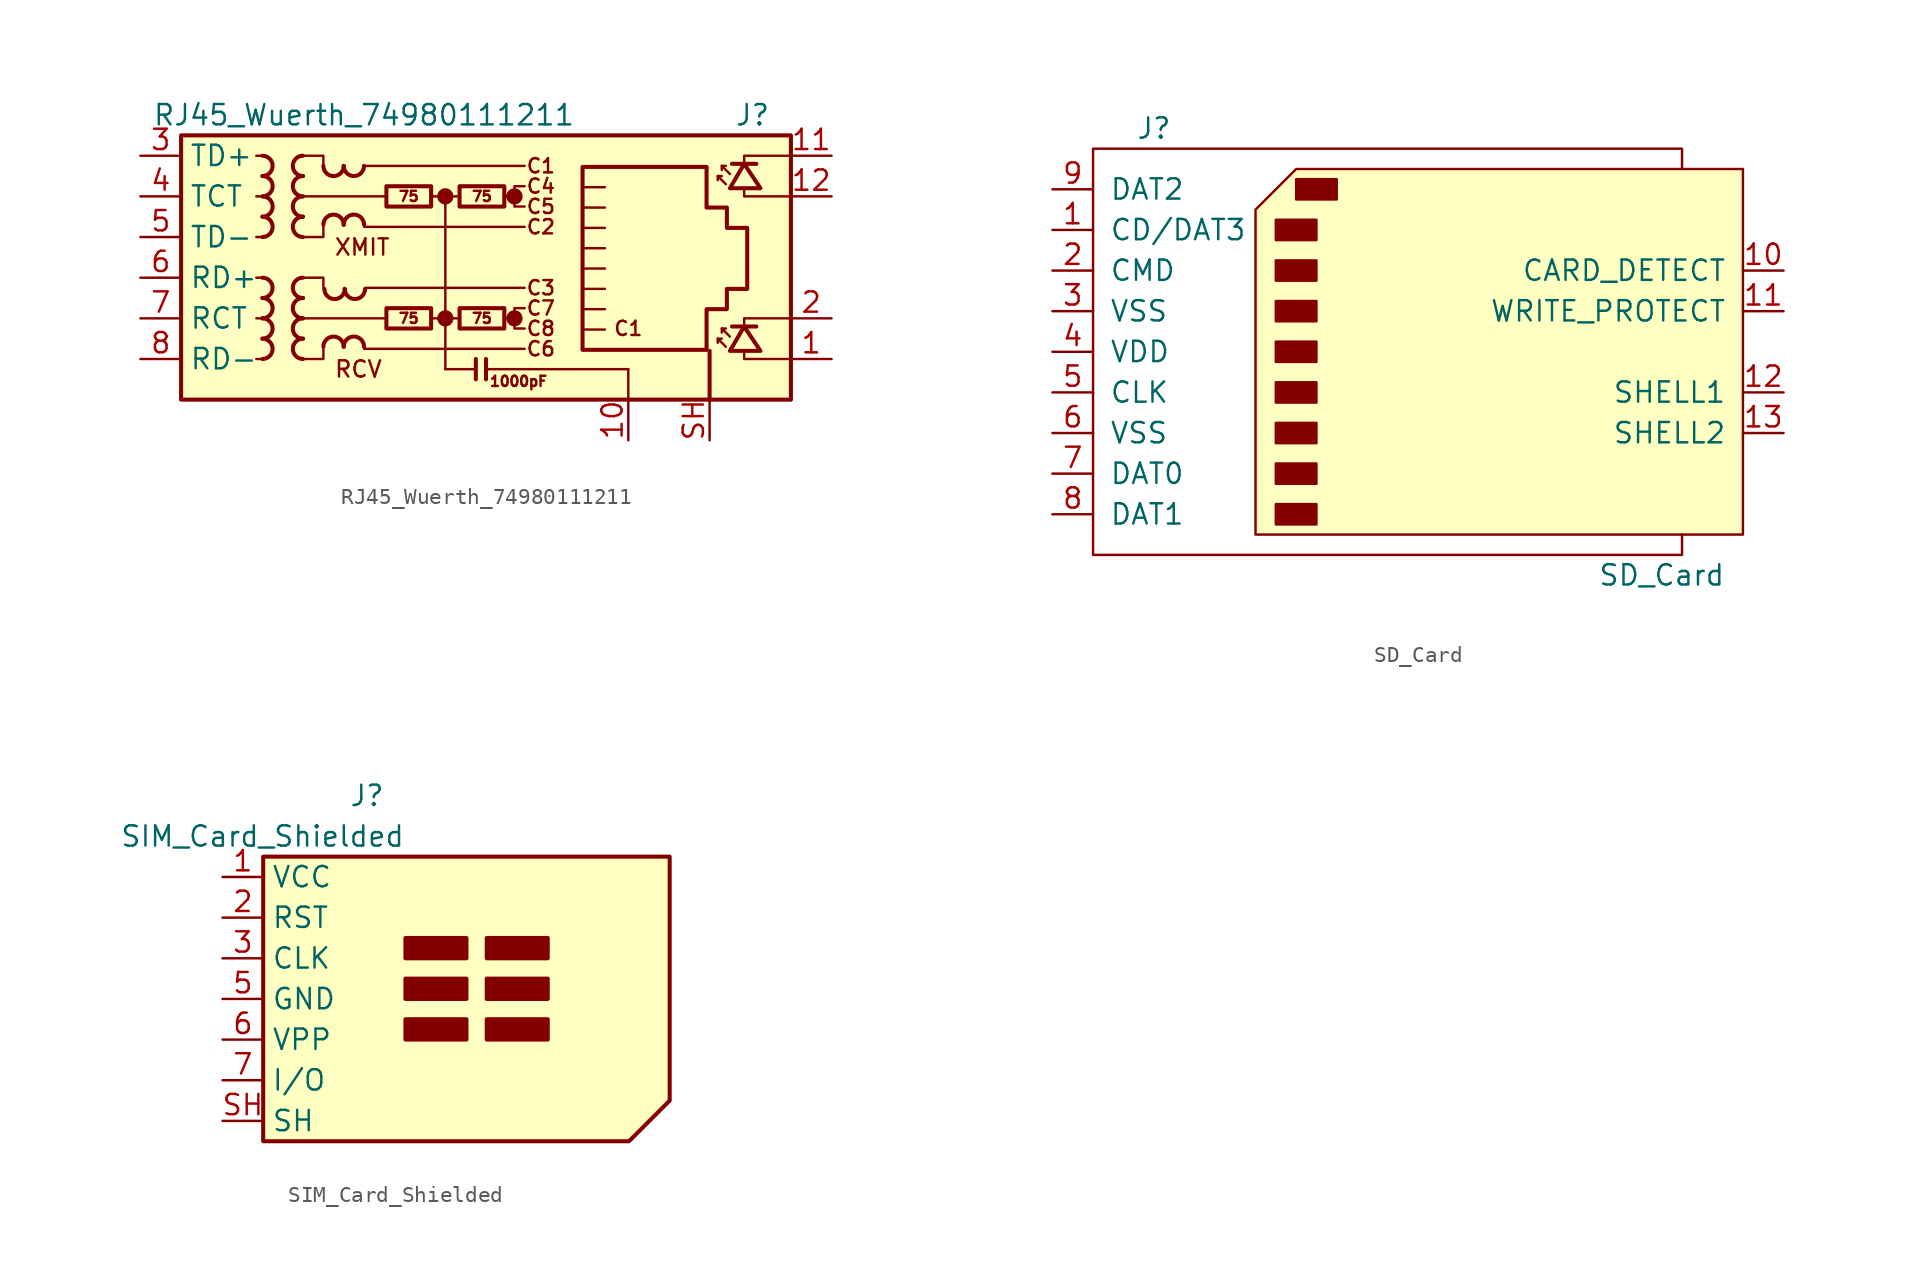
<source format=kicad_sym>
(kicad_symbol_lib
  (version 20220914)
  (generator kicad_symbol_editor)
  (symbol "RJ45_Wuerth_74980111211"
    (property "Reference" "J"
      (at 19.05 10.16 0)
      (effects (font (size 1.27 1.27)) (justify right)))
    (property "Value" "RJ45_Wuerth_74980111211"
      (at -6.35 10.16 0)
      (effects (font (size 1.27 1.27))))
    (symbol "RJ45_Wuerth_74980111211_0_0"
      (circle (center -1.27 -2.54) (radius 0.0001) (stroke (width 0.508) (type default)) (fill (type none)))
      (circle (center -1.27 5.08) (radius 0.0001) (stroke (width 0.508) (type default)) (fill (type none)))
      (polyline (pts (xy -1.27 5.08) (xy -1.27 -5.715)) (stroke (width 0) (type default)) (fill (type none)))
      (polyline (pts (xy 0.635 -5.08) (xy 0.635 -6.35)) (stroke (width 0.254) (type default)) (fill (type none)))
      (polyline (pts (xy 1.27 -5.08) (xy 1.27 -6.35)) (stroke (width 0.254) (type default)) (fill (type none)))
      (polyline (pts (xy 3.048 -2.54) (xy 2.54 -2.54)) (stroke (width 0) (type default)) (fill (type none)))
      (polyline (pts (xy 3.048 5.08) (xy 2.54 5.08)) (stroke (width 0) (type default)) (fill (type none)))
      (polyline (pts (xy 17.399 -3.175) (xy 17.399 -2.54) (xy 20.32 -2.54)) (stroke (width 0) (type default)) (fill (type none)))
      (polyline (pts (xy 17.399 6.985) (xy 17.399 7.62) (xy 20.32 7.62)) (stroke (width 0) (type default)) (fill (type none)))
      (polyline (pts (xy 20.32 -5.08) (xy 17.399 -5.08) (xy 17.399 -4.572)) (stroke (width 0) (type default)) (fill (type none)))
      (polyline (pts (xy 20.32 5.08) (xy 17.399 5.08) (xy 17.399 5.588)) (stroke (width 0) (type default)) (fill (type none)))
      (polyline (pts (xy 3.683 -1.905) (xy 3.048 -1.905) (xy 3.048 -3.175) (xy 3.683 -3.175)) (stroke (width 0) (type default)) (fill (type none)))
      (polyline (pts (xy 3.683 5.715) (xy 3.048 5.715) (xy 3.048 4.445) (xy 3.683 4.445)) (stroke (width 0) (type default)) (fill (type none)))
      (circle (center 3.048 -2.54) (radius 0.0001) (stroke (width 0.508) (type default)) (fill (type none)))
      (circle (center 3.048 5.08) (radius 0.0001) (stroke (width 0.508) (type default)) (fill (type none)))
      (text "C1" (at 4.699 6.985 0) (effects (font (size 0.889 0.889))))
      (text "C1" (at 10.16 -3.175 0) (effects (font (size 0.889 0.889))))
      (text "C2" (at 4.699 3.175 0) (effects (font (size 0.889 0.889))))
      (text "C3" (at 4.699 -0.635 0) (effects (font (size 0.889 0.889))))
      (text "C4" (at 4.699 5.715 0) (effects (font (size 0.889 0.889))))
      (text "C5" (at 4.699 4.445 0) (effects (font (size 0.889 0.889))))
      (text "C6" (at 4.699 -4.445 0) (effects (font (size 0.889 0.889))))
      (text "C7" (at 4.699 -1.905 0) (effects (font (size 0.889 0.889))))
      (text "C8" (at 4.699 -3.175 0) (effects (font (size 0.889 0.889))))
      (text "RCV" (at -8.255 -5.715 0) (effects (font (size 1.016 1.016)) (justify left)))
      (text "XMIT" (at -8.255 1.905 0) (effects (font (size 1.016 1.016)) (justify left))))
    (symbol "RJ45_Wuerth_74980111211_0_1"
      (rectangle (start -17.78 8.89) (end 20.32 -7.62) (stroke (width 0.254) (type default)) (fill (type background)))
      (polyline (pts (xy -12.7 -5.08) (xy -13.081 -5.08)) (stroke (width 0) (type default)) (fill (type none)))
      (polyline (pts (xy -12.7 -2.54) (xy -13.081 -2.54)) (stroke (width 0) (type default)) (fill (type none)))
      (polyline (pts (xy -12.7 0) (xy -13.081 0)) (stroke (width 0) (type default)) (fill (type none)))
      (polyline (pts (xy -12.7 2.54) (xy -13.081 2.54)) (stroke (width 0) (type default)) (fill (type none)))
      (polyline (pts (xy -12.7 5.08) (xy -13.081 5.08)) (stroke (width 0) (type default)) (fill (type none)))
      (polyline (pts (xy -12.7 7.62) (xy -13.081 7.62)) (stroke (width 0) (type default)) (fill (type none)))
      (polyline (pts (xy -6.35 -4.445) (xy 3.683 -4.445)) (stroke (width 0) (type default)) (fill (type none)))
      (polyline (pts (xy -6.35 3.175) (xy 3.683 3.175)) (stroke (width 0) (type default)) (fill (type none)))
      (polyline (pts (xy -6.35 6.985) (xy 3.683 6.985)) (stroke (width 0) (type default)) (fill (type none)))
      (polyline (pts (xy -6.223 -0.635) (xy 3.683 -0.635)) (stroke (width 0) (type default)) (fill (type none)))
      (polyline (pts (xy -5.08 -2.54) (xy -10.16 -2.54)) (stroke (width 0) (type default)) (fill (type none)))
      (polyline (pts (xy -4.953 5.08) (xy -10.16 5.08)) (stroke (width 0) (type default)) (fill (type none)))
      (polyline (pts (xy -2.159 -2.54) (xy -0.381 -2.54)) (stroke (width 0) (type default)) (fill (type none)))
      (polyline (pts (xy -2.159 5.08) (xy -0.381 5.08)) (stroke (width 0) (type default)) (fill (type none)))
      (polyline (pts (xy 0.635 -5.715) (xy -1.27 -5.715)) (stroke (width 0) (type default)) (fill (type none)))
      (polyline (pts (xy 7.429 -1.968) (xy 8.7 -1.968)) (stroke (width 0) (type default)) (fill (type none)))
      (polyline (pts (xy 7.429 -0.699) (xy 8.7 -0.699)) (stroke (width 0) (type default)) (fill (type none)))
      (polyline (pts (xy 7.429 0.572) (xy 8.7 0.572)) (stroke (width 0) (type default)) (fill (type none)))
      (polyline (pts (xy 7.429 1.841) (xy 8.7 1.841)) (stroke (width 0) (type default)) (fill (type none)))
      (polyline (pts (xy 7.429 3.111) (xy 8.7 3.111)) (stroke (width 0) (type default)) (fill (type none)))
      (polyline (pts (xy 8.7 -3.239) (xy 7.429 -3.239)) (stroke (width 0) (type default)) (fill (type none)))
      (polyline (pts (xy 8.7 4.381) (xy 7.429 4.381)) (stroke (width 0) (type default)) (fill (type none)))
      (polyline (pts (xy 8.7 5.652) (xy 7.429 5.652)) (stroke (width 0) (type default)) (fill (type none)))
      (polyline (pts (xy 10.16 -5.715) (xy 1.27 -5.715)) (stroke (width 0) (type default)) (fill (type none)))
      (polyline (pts (xy 10.16 -5.715) (xy 10.16 -7.62)) (stroke (width 0) (type default)) (fill (type none)))
      (polyline (pts (xy -10.16 0) (xy -8.89 0) (xy -8.89 -0.635)) (stroke (width 0) (type default)) (fill (type none)))
      (polyline (pts (xy -10.16 7.62) (xy -8.89 7.62) (xy -8.89 6.985)) (stroke (width 0) (type default)) (fill (type none)))
      (polyline (pts (xy -8.89 -4.445) (xy -8.89 -5.08) (xy -10.16 -5.08)) (stroke (width 0) (type default)) (fill (type none)))
      (polyline (pts (xy -8.89 3.175) (xy -8.89 2.54) (xy -10.16 2.54)) (stroke (width 0) (type default)) (fill (type none))))
    (symbol "RJ45_Wuerth_74980111211_1_0"
      (text "1000pF" (at 3.302 -6.477 0) (effects (font (size 0.635 0.635)))))
    (symbol "RJ45_Wuerth_74980111211_1_1"
      (arc (start -12.7 -1.27) (mid -12.0677 -0.635) (end -12.7 0) (stroke (width 0.254) (type default)) (fill (type none)))
      (arc (start -12.6973 -5.08) (mid -12.065 -4.445) (end -12.6973 -3.81) (stroke (width 0.254) (type default)) (fill (type none)))
      (arc (start -12.6973 -3.81) (mid -12.065 -3.175) (end -12.6973 -2.54) (stroke (width 0.254) (type default)) (fill (type none)))
      (arc (start -12.6973 -2.54) (mid -12.065 -1.905) (end -12.6973 -1.27) (stroke (width 0.254) (type default)) (fill (type none)))
      (arc (start -12.6973 6.35) (mid -12.065 6.985) (end -12.6973 7.62) (stroke (width 0.254) (type default)) (fill (type none)))
      (arc (start -12.6946 2.54) (mid -12.0623 3.175) (end -12.6946 3.81) (stroke (width 0.254) (type default)) (fill (type none)))
      (arc (start -12.6946 3.81) (mid -12.0623 4.445) (end -12.6946 5.08) (stroke (width 0.254) (type default)) (fill (type none)))
      (arc (start -12.6946 5.08) (mid -12.0623 5.715) (end -12.6946 6.35) (stroke (width 0.254) (type default)) (fill (type none)))
      (arc (start -10.1654 -2.54) (mid -10.7977 -3.175) (end -10.1654 -3.81) (stroke (width 0.254) (type default)) (fill (type none)))
      (arc (start -10.1654 -1.27) (mid -10.7977 -1.905) (end -10.1654 -2.54) (stroke (width 0.254) (type default)) (fill (type none)))
      (arc (start -10.1654 0) (mid -10.7977 -0.635) (end -10.1654 -1.27) (stroke (width 0.254) (type default)) (fill (type none)))
      (arc (start -10.1654 5.08) (mid -10.7977 4.445) (end -10.1654 3.81) (stroke (width 0.254) (type default)) (fill (type none)))
      (arc (start -10.1654 6.35) (mid -10.7977 5.715) (end -10.1654 5.08) (stroke (width 0.254) (type default)) (fill (type none)))
      (arc (start -10.1654 7.62) (mid -10.7977 6.985) (end -10.1654 6.35) (stroke (width 0.254) (type default)) (fill (type none)))
      (arc (start -10.1627 -3.81) (mid -10.795 -4.445) (end -10.1627 -5.08) (stroke (width 0.254) (type default)) (fill (type none)))
      (arc (start -10.1627 3.81) (mid -10.795 3.175) (end -10.1627 2.54) (stroke (width 0.254) (type default)) (fill (type none)))
      (arc (start -8.89 6.9823) (mid -8.255 6.35) (end -7.62 6.9823) (stroke (width 0.254) (type default)) (fill (type none)))
      (arc (start -8.8265 -0.7012) (mid -8.1915 -1.3335) (end -7.5565 -0.7012) (stroke (width 0.254) (type default)) (fill (type none)))
      (arc (start -7.62 -4.3153) (mid -8.255 -3.683) (end -8.89 -4.3153) (stroke (width 0.254) (type default)) (fill (type none)))
      (arc (start -7.62 3.3047) (mid -8.255 3.937) (end -8.89 3.3047) (stroke (width 0.254) (type default)) (fill (type none)))
      (arc (start -7.62 6.985) (mid -6.985 6.3527) (end -6.35 6.985) (stroke (width 0.254) (type default)) (fill (type none)))
      (arc (start -7.5565 -0.6985) (mid -6.9215 -1.3308) (end -6.2865 -0.6985) (stroke (width 0.254) (type default)) (fill (type none)))
      (arc (start -6.35 -4.3126) (mid -6.985 -3.6803) (end -7.62 -4.3126) (stroke (width 0.254) (type default)) (fill (type none)))
      (arc (start -6.35 3.3074) (mid -6.985 3.9397) (end -7.62 3.3074) (stroke (width 0.254) (type default)) (fill (type none)))
      (rectangle (start -4.953 -1.905) (end -2.159 -3.175) (stroke (width 0.254) (type default)) (fill (type none)))
      (rectangle (start -4.953 5.715) (end -2.159 4.445) (stroke (width 0.254) (type default)) (fill (type none)))
      (rectangle (start -0.381 -1.905) (end 2.413 -3.175) (stroke (width 0.254) (type default)) (fill (type none)))
      (rectangle (start -0.381 5.715) (end 2.413 4.445) (stroke (width 0.254) (type default)) (fill (type none)))
      (polyline (pts (xy 15.24 -7.62) (xy 15.24 -4.572)) (stroke (width 0.254) (type default)) (fill (type none)))
      (polyline (pts (xy 15.748 -3.81) (xy 15.748 -4.064)) (stroke (width 0) (type default)) (fill (type none)))
      (polyline (pts (xy 15.748 6.35) (xy 15.748 6.096)) (stroke (width 0) (type default)) (fill (type none)))
      (polyline (pts (xy 16.002 -3.175) (xy 16.002 -3.429)) (stroke (width 0) (type default)) (fill (type none)))
      (polyline (pts (xy 16.002 6.985) (xy 16.002 6.731)) (stroke (width 0) (type default)) (fill (type none)))
      (polyline (pts (xy 16.637 -3.048) (xy 18.161 -3.048)) (stroke (width 0.254) (type default)) (fill (type none)))
      (polyline (pts (xy 16.637 7.112) (xy 18.161 7.112)) (stroke (width 0.254) (type default)) (fill (type none)))
      (polyline (pts (xy 16.256 -4.318) (xy 15.748 -3.81) (xy 16.002 -3.81)) (stroke (width 0) (type default)) (fill (type none)))
      (polyline (pts (xy 16.256 5.842) (xy 15.748 6.35) (xy 16.002 6.35)) (stroke (width 0) (type default)) (fill (type none)))
      (polyline (pts (xy 16.51 -3.683) (xy 16.002 -3.175) (xy 16.256 -3.175)) (stroke (width 0) (type default)) (fill (type none)))
      (polyline (pts (xy 16.51 6.477) (xy 16.002 6.985) (xy 16.256 6.985)) (stroke (width 0) (type default)) (fill (type none)))
      (polyline (pts (xy 16.51 -4.572) (xy 18.415 -4.572) (xy 17.399 -3.048) (xy 16.51 -4.572)) (stroke (width 0.254) (type default)) (fill (type none)))
      (polyline (pts (xy 16.51 5.588) (xy 18.415 5.588) (xy 17.399 7.112) (xy 16.51 5.588)) (stroke (width 0.254) (type default)) (fill (type none)))
      (polyline (pts (xy 7.303 -4.508) (xy 7.303 6.921) (xy 15.05 6.921) (xy 15.05 4.381) (xy 16.32 4.381) (xy 16.32 3.111) (xy 17.59 3.111) (xy 17.59 -0.699) (xy 16.32 -0.699) (xy 16.32 -1.968) (xy 15.05 -1.968) (xy 15.05 -4.508) (xy 7.303 -4.508)) (stroke (width 0.254) (type default)) (fill (type none)))
      (text "75" (at -3.556 -2.54 0) (effects (font (size 0.635 0.635))))
      (text "75" (at -3.556 5.08 0) (effects (font (size 0.635 0.635))))
      (text "75" (at 1.016 -2.54 0) (effects (font (size 0.635 0.635))))
      (text "75" (at 1.016 5.08 0) (effects (font (size 0.635 0.635))))
      (pin passive line (at 22.86 -5.08 180) (length 2.54) (name "" (effects (font (size 1.27 1.27)))) (number "1" (effects (font (size 1.27 1.27)))))
      (pin power_in line (at 10.16 -10.16 90) (length 2.54) (name "" (effects (font (size 1.27 1.27)))) (number "10" (effects (font (size 1.27 1.27)))))
      (pin passive line (at 22.86 7.62 180) (length 2.54) (name "" (effects (font (size 1.27 1.27)))) (number "11" (effects (font (size 1.27 1.27)))))
      (pin passive line (at 22.86 5.08 180) (length 2.54) (name "" (effects (font (size 1.27 1.27)))) (number "12" (effects (font (size 1.27 1.27)))))
      (pin passive line (at 22.86 -2.54 180) (length 2.54) (name "" (effects (font (size 1.27 1.27)))) (number "2" (effects (font (size 1.27 1.27)))))
      (pin passive line (at -20.32 7.62 0) (length 2.54) (name "TD+" (effects (font (size 1.27 1.27)))) (number "3" (effects (font (size 1.27 1.27)))))
      (pin passive line (at -20.32 5.08 0) (length 2.54) (name "TCT" (effects (font (size 1.27 1.27)))) (number "4" (effects (font (size 1.27 1.27)))))
      (pin passive line (at -20.32 2.54 0) (length 2.54) (name "TD-" (effects (font (size 1.27 1.27)))) (number "5" (effects (font (size 1.27 1.27)))))
      (pin passive line (at -20.32 0 0) (length 2.54) (name "RD+" (effects (font (size 1.27 1.27)))) (number "6" (effects (font (size 1.27 1.27)))))
      (pin passive line (at -20.32 -2.54 0) (length 2.54) (name "RCT" (effects (font (size 1.27 1.27)))) (number "7" (effects (font (size 1.27 1.27)))))
      (pin passive line (at -20.32 -5.08 0) (length 2.54) (name "RD-" (effects (font (size 1.27 1.27)))) (number "8" (effects (font (size 1.27 1.27)))))
      (pin no_connect line (at 20.32 0 0) (length 0) hide (name "NC" (effects (font (size 1.27 1.27)))) (number "9" (effects (font (size 1.27 1.27)))))
      (pin passive line (at 15.24 -10.16 90) (length 2.54) (name "" (effects (font (size 1.27 1.27)))) (number "SH" (effects (font (size 1.27 1.27)))))))
  (symbol "SD_Card"
    (pin_names
      (offset 1.016))
    (property "Reference" "J"
      (at -16.51 13.97 0)
      (effects (font (size 1.27 1.27))))
    (property "Value" "SD_Card"
      (at 15.24 -13.97 0)
      (effects (font (size 1.27 1.27))))
    (symbol "SD_Card_0_1"
      (rectangle (start -8.89 -9.525) (end -6.35 -10.795) (stroke (width 0) (type default)) (fill (type outline)))
      (rectangle (start -8.89 -6.985) (end -6.35 -8.255) (stroke (width 0) (type default)) (fill (type outline)))
      (rectangle (start -8.89 -4.445) (end -6.35 -5.715) (stroke (width 0) (type default)) (fill (type outline)))
      (rectangle (start -8.89 -1.905) (end -6.35 -3.175) (stroke (width 0) (type default)) (fill (type outline)))
      (rectangle (start -8.89 0.635) (end -6.35 -0.635) (stroke (width 0) (type default)) (fill (type outline)))
      (rectangle (start -8.89 3.175) (end -6.35 1.905) (stroke (width 0) (type default)) (fill (type outline)))
      (rectangle (start -8.89 5.715) (end -6.35 4.445) (stroke (width 0) (type default)) (fill (type outline)))
      (rectangle (start -8.89 8.255) (end -6.35 6.985) (stroke (width 0) (type default)) (fill (type outline)))
      (rectangle (start -7.62 10.795) (end -5.08 9.525) (stroke (width 0) (type default)) (fill (type outline)))
      (polyline (pts (xy -10.16 8.89) (xy -7.62 11.43) (xy 20.32 11.43) (xy 20.32 -11.43) (xy -10.16 -11.43) (xy -10.16 8.89)) (stroke (width 0) (type default)) (fill (type background)))
      (polyline (pts (xy 16.51 11.43) (xy 16.51 12.7) (xy -20.32 12.7) (xy -20.32 -12.7) (xy 16.51 -12.7) (xy 16.51 -11.43)) (stroke (width 0) (type default)) (fill (type none))))
    (symbol "SD_Card_1_1"
      (pin input line (at -22.86 7.62 0) (length 2.54) (name "CD/DAT3" (effects (font (size 1.27 1.27)))) (number "1" (effects (font (size 1.27 1.27)))))
      (pin input line (at 22.86 5.08 180) (length 2.54) (name "CARD_DETECT" (effects (font (size 1.27 1.27)))) (number "10" (effects (font (size 1.27 1.27)))))
      (pin input line (at 22.86 2.54 180) (length 2.54) (name "WRITE_PROTECT" (effects (font (size 1.27 1.27)))) (number "11" (effects (font (size 1.27 1.27)))))
      (pin input line (at 22.86 -2.54 180) (length 2.54) (name "SHELL1" (effects (font (size 1.27 1.27)))) (number "12" (effects (font (size 1.27 1.27)))))
      (pin input line (at 22.86 -5.08 180) (length 2.54) (name "SHELL2" (effects (font (size 1.27 1.27)))) (number "13" (effects (font (size 1.27 1.27)))))
      (pin input line (at -22.86 5.08 0) (length 2.54) (name "CMD" (effects (font (size 1.27 1.27)))) (number "2" (effects (font (size 1.27 1.27)))))
      (pin power_in line (at -22.86 2.54 0) (length 2.54) (name "VSS" (effects (font (size 1.27 1.27)))) (number "3" (effects (font (size 1.27 1.27)))))
      (pin power_in line (at -22.86 0 0) (length 2.54) (name "VDD" (effects (font (size 1.27 1.27)))) (number "4" (effects (font (size 1.27 1.27)))))
      (pin input line (at -22.86 -2.54 0) (length 2.54) (name "CLK" (effects (font (size 1.27 1.27)))) (number "5" (effects (font (size 1.27 1.27)))))
      (pin power_in line (at -22.86 -5.08 0) (length 2.54) (name "VSS" (effects (font (size 1.27 1.27)))) (number "6" (effects (font (size 1.27 1.27)))))
      (pin input line (at -22.86 -7.62 0) (length 2.54) (name "DAT0" (effects (font (size 1.27 1.27)))) (number "7" (effects (font (size 1.27 1.27)))))
      (pin input line (at -22.86 -10.16 0) (length 2.54) (name "DAT1" (effects (font (size 1.27 1.27)))) (number "8" (effects (font (size 1.27 1.27)))))
      (pin input line (at -22.86 10.16 0) (length 2.54) (name "DAT2" (effects (font (size 1.27 1.27)))) (number "9" (effects (font (size 1.27 1.27)))))))
  (symbol "SIM_Card_Shielded"
    (property "Reference" "J"
      (at -2.54 12.7 0)
      (effects (font (size 1.27 1.27)) (justify right)))
    (property "Value" "SIM_Card_Shielded"
      (at -1.27 10.16 0)
      (effects (font (size 1.27 1.27)) (justify right)))
    (symbol "SIM_Card_Shielded_0_1"
      (rectangle (start -1.27 -2.54) (end 2.54 -1.27) (stroke (width 0.254) (type default)) (fill (type outline)))
      (rectangle (start -1.27 0) (end 2.54 1.27) (stroke (width 0.254) (type default)) (fill (type outline)))
      (rectangle (start -1.27 2.54) (end 2.54 3.81) (stroke (width 0.254) (type default)) (fill (type outline)))
      (polyline (pts (xy -10.16 8.89) (xy -10.16 -8.89) (xy 12.7 -8.89) (xy 15.24 -6.35) (xy 15.24 8.89) (xy -10.16 8.89)) (stroke (width 0.254) (type default)) (fill (type background)))
      (rectangle (start 3.81 -1.27) (end 7.62 -2.54) (stroke (width 0.254) (type default)) (fill (type outline)))
      (rectangle (start 3.81 0) (end 7.62 1.27) (stroke (width 0.254) (type default)) (fill (type outline)))
      (rectangle (start 3.81 2.54) (end 7.62 3.81) (stroke (width 0.254) (type default)) (fill (type outline))))
    (symbol "SIM_Card_Shielded_1_1"
      (pin power_in line (at -12.7 7.62 0) (length 2.54) (name "VCC" (effects (font (size 1.27 1.27)))) (number "1" (effects (font (size 1.27 1.27)))))
      (pin input line (at -12.7 5.08 0) (length 2.54) (name "RST" (effects (font (size 1.27 1.27)))) (number "2" (effects (font (size 1.27 1.27)))))
      (pin input line (at -12.7 2.54 0) (length 2.54) (name "CLK" (effects (font (size 1.27 1.27)))) (number "3" (effects (font (size 1.27 1.27)))))
      (pin power_in line (at -12.7 0 0) (length 2.54) (name "GND" (effects (font (size 1.27 1.27)))) (number "5" (effects (font (size 1.27 1.27)))))
      (pin input line (at -12.7 -2.54 0) (length 2.54) (name "VPP" (effects (font (size 1.27 1.27)))) (number "6" (effects (font (size 1.27 1.27)))))
      (pin bidirectional line (at -12.7 -5.08 0) (length 2.54) (name "I/O" (effects (font (size 1.27 1.27)))) (number "7" (effects (font (size 1.27 1.27)))))
      (pin passive line (at -12.7 -7.62 0) (length 2.54) (name "SH" (effects (font (size 1.27 1.27)))) (number "SH" (effects (font (size 1.27 1.27))))))))
</source>
